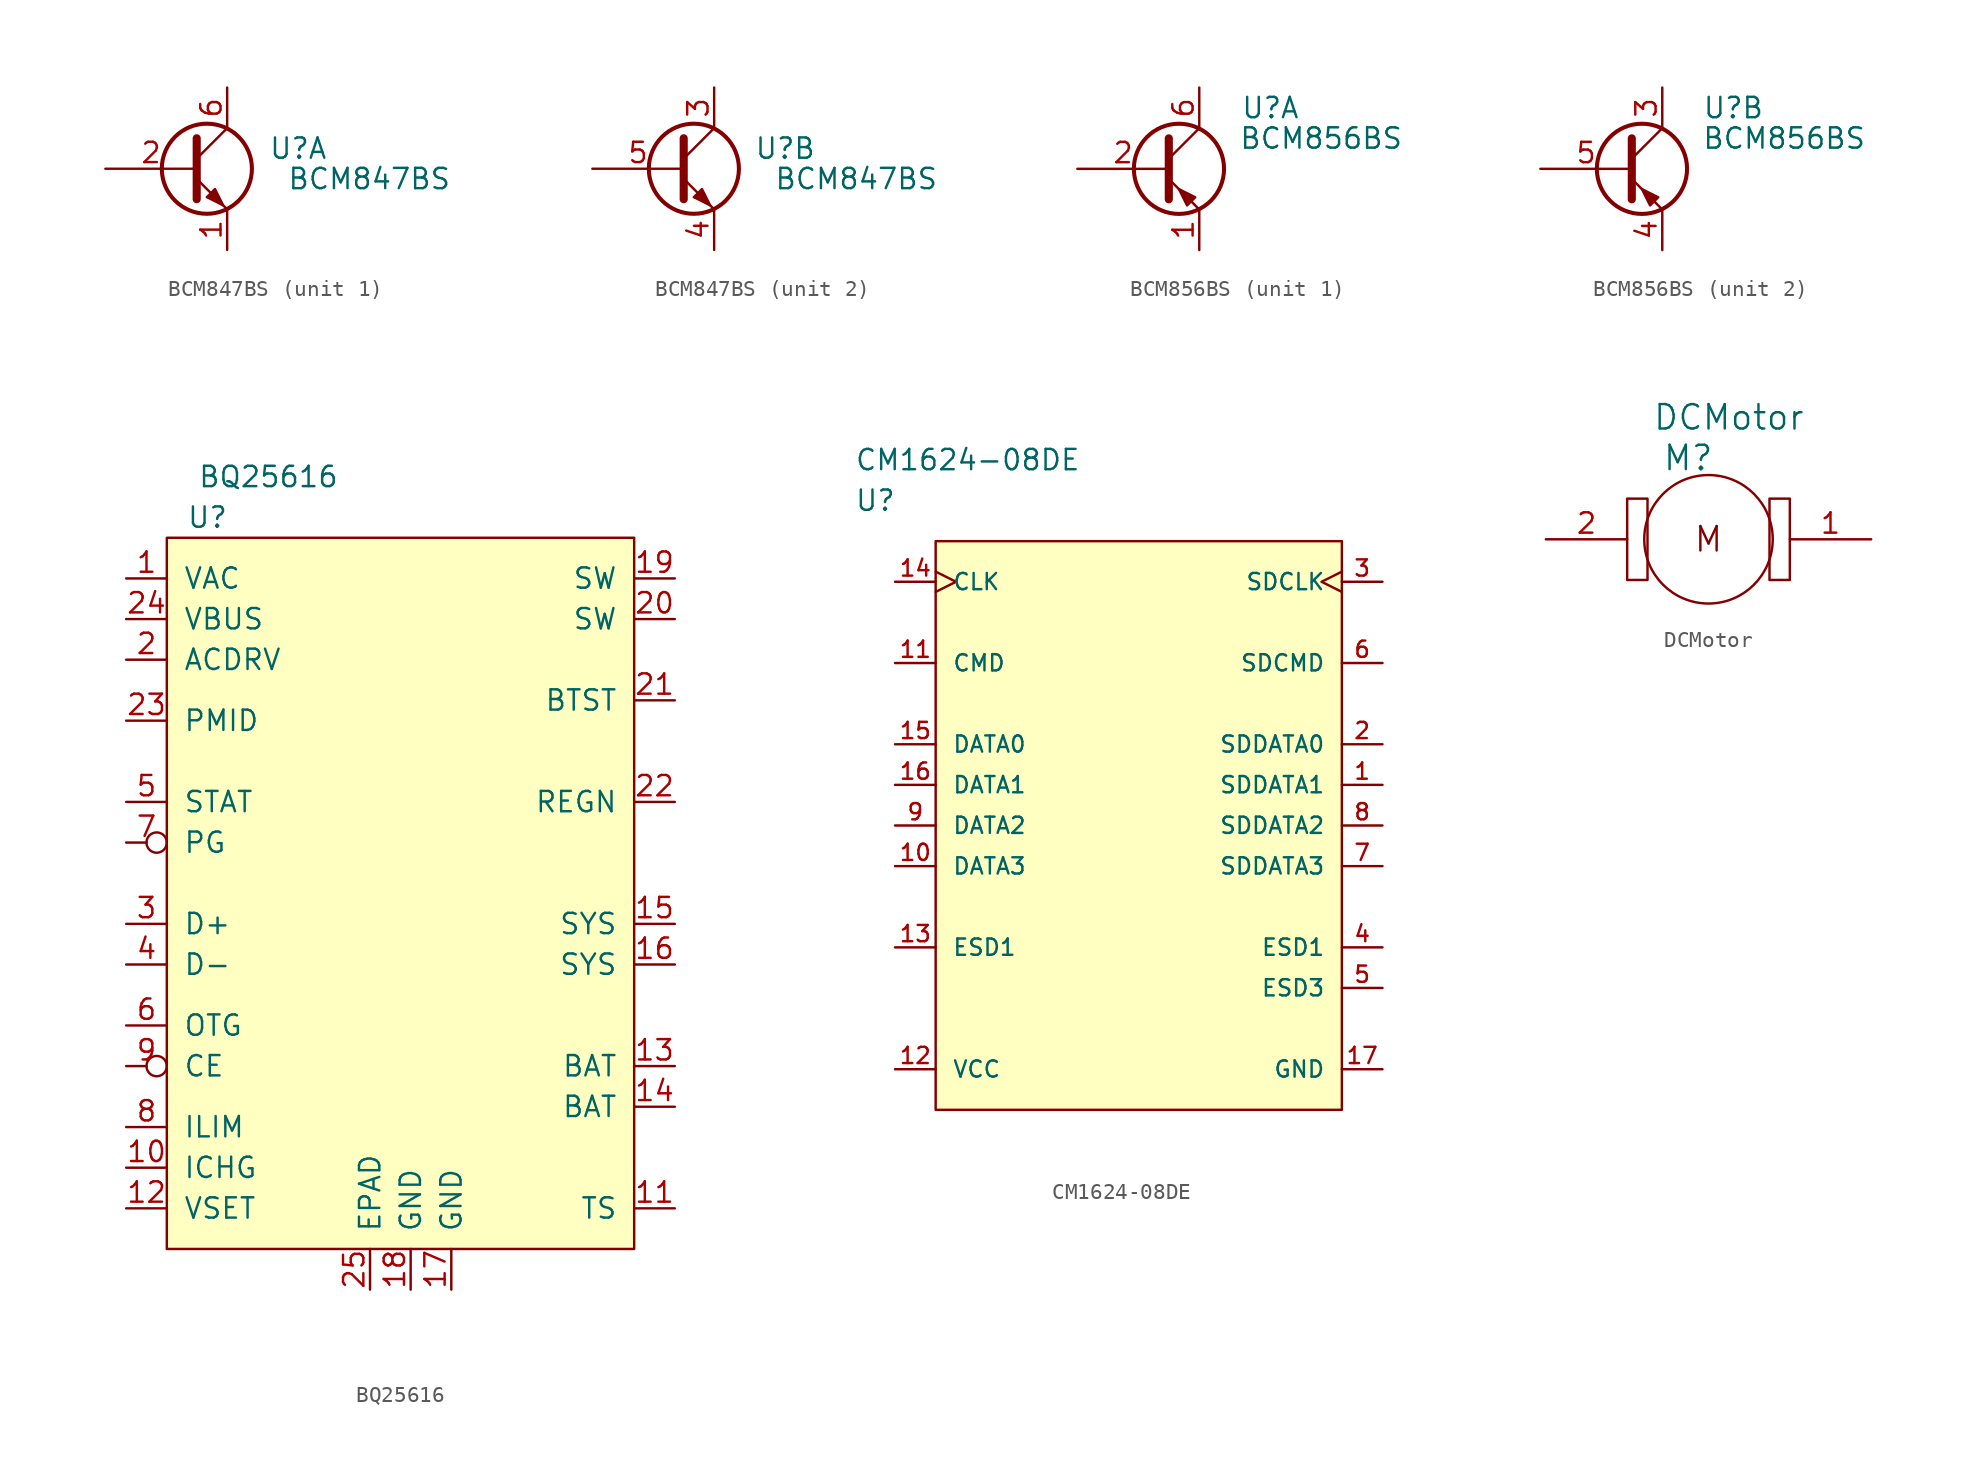
<source format=kicad_sym>
(kicad_symbol_lib
  (version 20211014)
  (generator kicad_symbol_editor)
  (symbol "BCM847BS"
    (pin_names
      (offset 1.016))
    (property "Reference" "U"
      (at 4.445 1.27 0)
      (effects (font (size 1.27 1.27))))
    (property "Value" "BCM847BS"
      (at 8.89 -0.635 0)
      (effects (font (size 1.27 1.27))))
    (symbol "BCM847BS_1_1"
      (circle (center -1.27 0) (radius 2.819) (stroke (width 0.254) (type default) (color 0 0 0 0)) (fill (type none)))
      (polyline (pts (xy -1.905 0.635) (xy 0 2.54)) (stroke (width 0) (type default) (color 0 0 0 0)) (fill (type none)))
      (polyline (pts (xy -1.905 -0.635) (xy 0 -2.54) (xy 0 -2.54)) (stroke (width 0) (type default) (color 0 0 0 0)) (fill (type none)))
      (polyline (pts (xy -1.905 1.905) (xy -1.905 -1.905) (xy -1.905 -1.905)) (stroke (width 0.508) (type default) (color 0 0 0 0)) (fill (type none)))
      (polyline (pts (xy -1.27 -1.778) (xy -0.762 -1.27) (xy -0.254 -2.286) (xy -1.27 -1.778) (xy -1.27 -1.778)) (stroke (width 0) (type default) (color 0 0 0 0)) (fill (type outline)))
      (pin passive line (at 0 -5.08 90) (length 2.54) (name "~" (effects (font (size 1.27 1.27)))) (number "1" (effects (font (size 1.27 1.27)))))
      (pin input line (at -7.62 0 0) (length 5.715) (name "~" (effects (font (size 1.27 1.27)))) (number "2" (effects (font (size 1.27 1.27)))))
      (pin passive line (at 0 5.08 270) (length 2.54) (name "~" (effects (font (size 1.27 1.27)))) (number "6" (effects (font (size 1.27 1.27))))))
    (symbol "BCM847BS_2_1"
      (circle (center -1.27 0) (radius 2.819) (stroke (width 0.254) (type default) (color 0 0 0 0)) (fill (type none)))
      (polyline (pts (xy -1.905 0.635) (xy 0 2.54)) (stroke (width 0) (type default) (color 0 0 0 0)) (fill (type none)))
      (polyline (pts (xy -1.905 -0.635) (xy 0 -2.54) (xy 0 -2.54)) (stroke (width 0) (type default) (color 0 0 0 0)) (fill (type none)))
      (polyline (pts (xy -1.905 1.905) (xy -1.905 -1.905) (xy -1.905 -1.905)) (stroke (width 0.508) (type default) (color 0 0 0 0)) (fill (type none)))
      (polyline (pts (xy -1.27 -1.778) (xy -0.762 -1.27) (xy -0.254 -2.286) (xy -1.27 -1.778) (xy -1.27 -1.778)) (stroke (width 0) (type default) (color 0 0 0 0)) (fill (type outline)))
      (pin passive line (at 0 5.08 270) (length 2.54) (name "~" (effects (font (size 1.27 1.27)))) (number "3" (effects (font (size 1.27 1.27)))))
      (pin passive line (at 0 -5.08 90) (length 2.54) (name "~" (effects (font (size 1.27 1.27)))) (number "4" (effects (font (size 1.27 1.27)))))
      (pin input line (at -7.62 0 0) (length 5.715) (name "~" (effects (font (size 1.27 1.27)))) (number "5" (effects (font (size 1.27 1.27)))))))
  (symbol "BCM856BS"
    (pin_names
      (offset 1.016))
    (property "Reference" "U"
      (at 4.445 3.81 0)
      (effects (font (size 1.27 1.27))))
    (property "Value" "BCM856BS"
      (at 7.62 1.905 0)
      (effects (font (size 1.27 1.27))))
    (symbol "BCM856BS_1_1"
      (circle (center -1.27 0) (radius 2.819) (stroke (width 0.254) (type default) (color 0 0 0 0)) (fill (type none)))
      (polyline (pts (xy -1.905 0.635) (xy 0 2.54)) (stroke (width 0) (type default) (color 0 0 0 0)) (fill (type none)))
      (polyline (pts (xy -1.905 -0.635) (xy 0 -2.54) (xy 0 -2.54)) (stroke (width 0) (type default) (color 0 0 0 0)) (fill (type none)))
      (polyline (pts (xy -1.905 1.905) (xy -1.905 -1.905) (xy -1.905 -1.905)) (stroke (width 0.508) (type default) (color 0 0 0 0)) (fill (type none)))
      (polyline (pts (xy -0.254 -1.778) (xy -0.762 -2.286) (xy -1.27 -1.27) (xy -0.254 -1.778) (xy -0.254 -1.778)) (stroke (width 0) (type default) (color 0 0 0 0)) (fill (type outline)))
      (pin passive line (at 0 -5.08 90) (length 2.54) (name "~" (effects (font (size 1.27 1.27)))) (number "1" (effects (font (size 1.27 1.27)))))
      (pin input line (at -7.62 0 0) (length 5.715) (name "~" (effects (font (size 1.27 1.27)))) (number "2" (effects (font (size 1.27 1.27)))))
      (pin passive line (at 0 5.08 270) (length 2.54) (name "~" (effects (font (size 1.27 1.27)))) (number "6" (effects (font (size 1.27 1.27))))))
    (symbol "BCM856BS_2_1"
      (circle (center -1.27 0) (radius 2.819) (stroke (width 0.254) (type default) (color 0 0 0 0)) (fill (type none)))
      (polyline (pts (xy -1.905 0.635) (xy 0 2.54)) (stroke (width 0) (type default) (color 0 0 0 0)) (fill (type none)))
      (polyline (pts (xy -1.905 -0.635) (xy 0 -2.54) (xy 0 -2.54)) (stroke (width 0) (type default) (color 0 0 0 0)) (fill (type none)))
      (polyline (pts (xy -1.905 1.905) (xy -1.905 -1.905) (xy -1.905 -1.905)) (stroke (width 0.508) (type default) (color 0 0 0 0)) (fill (type none)))
      (polyline (pts (xy -0.254 -1.778) (xy -0.762 -2.286) (xy -1.27 -1.27) (xy -0.254 -1.778) (xy -0.254 -1.778)) (stroke (width 0) (type default) (color 0 0 0 0)) (fill (type outline)))
      (pin passive line (at 0 5.08 270) (length 2.54) (name "~" (effects (font (size 1.27 1.27)))) (number "3" (effects (font (size 1.27 1.27)))))
      (pin passive line (at 0 -5.08 90) (length 2.54) (name "~" (effects (font (size 1.27 1.27)))) (number "4" (effects (font (size 1.27 1.27)))))
      (pin input line (at -7.62 0 0) (length 5.715) (name "~" (effects (font (size 1.27 1.27)))) (number "5" (effects (font (size 1.27 1.27)))))))
  (symbol "BQ25616"
    (pin_names
      (offset 1.016))
    (property "Reference" "U"
      (at -12.7 20.32 0)
      (effects (font (size 1.27 1.27))))
    (property "Value" "BQ25616"
      (at -8.89 22.86 0)
      (effects (font (size 1.27 1.27))))
    (symbol "BQ25616_0_1"
      (rectangle (start -15.24 19.05) (end 13.97 -25.4) (stroke (width 0) (type default) (color 0 0 0 0)) (fill (type background))))
    (symbol "BQ25616_1_1"
      (pin input line (at -17.78 16.51 0) (length 2.54) (name "VAC" (effects (font (size 1.27 1.27)))) (number "1" (effects (font (size 1.27 1.27)))))
      (pin input line (at -17.78 -20.32 0) (length 2.54) (name "ICHG" (effects (font (size 1.27 1.27)))) (number "10" (effects (font (size 1.27 1.27)))))
      (pin input line (at 16.51 -22.86 180) (length 2.54) (name "TS" (effects (font (size 1.27 1.27)))) (number "11" (effects (font (size 1.27 1.27)))))
      (pin input line (at -17.78 -22.86 0) (length 2.54) (name "VSET" (effects (font (size 1.27 1.27)))) (number "12" (effects (font (size 1.27 1.27)))))
      (pin input line (at 16.51 -13.97 180) (length 2.54) (name "BAT" (effects (font (size 1.27 1.27)))) (number "13" (effects (font (size 1.27 1.27)))))
      (pin input line (at 16.51 -16.51 180) (length 2.54) (name "BAT" (effects (font (size 1.27 1.27)))) (number "14" (effects (font (size 1.27 1.27)))))
      (pin input line (at 16.51 -5.08 180) (length 2.54) (name "SYS" (effects (font (size 1.27 1.27)))) (number "15" (effects (font (size 1.27 1.27)))))
      (pin input line (at 16.51 -7.62 180) (length 2.54) (name "SYS" (effects (font (size 1.27 1.27)))) (number "16" (effects (font (size 1.27 1.27)))))
      (pin input line (at 2.54 -27.94 90) (length 2.54) (name "GND" (effects (font (size 1.27 1.27)))) (number "17" (effects (font (size 1.27 1.27)))))
      (pin input line (at 0 -27.94 90) (length 2.54) (name "GND" (effects (font (size 1.27 1.27)))) (number "18" (effects (font (size 1.27 1.27)))))
      (pin input line (at 16.51 16.51 180) (length 2.54) (name "SW" (effects (font (size 1.27 1.27)))) (number "19" (effects (font (size 1.27 1.27)))))
      (pin input line (at -17.78 11.43 0) (length 2.54) (name "ACDRV" (effects (font (size 1.27 1.27)))) (number "2" (effects (font (size 1.27 1.27)))))
      (pin input line (at 16.51 13.97 180) (length 2.54) (name "SW" (effects (font (size 1.27 1.27)))) (number "20" (effects (font (size 1.27 1.27)))))
      (pin input line (at 16.51 8.89 180) (length 2.54) (name "BTST" (effects (font (size 1.27 1.27)))) (number "21" (effects (font (size 1.27 1.27)))))
      (pin input line (at 16.51 2.54 180) (length 2.54) (name "REGN" (effects (font (size 1.27 1.27)))) (number "22" (effects (font (size 1.27 1.27)))))
      (pin input line (at -17.78 7.62 0) (length 2.54) (name "PMID" (effects (font (size 1.27 1.27)))) (number "23" (effects (font (size 1.27 1.27)))))
      (pin input line (at -17.78 13.97 0) (length 2.54) (name "VBUS" (effects (font (size 1.27 1.27)))) (number "24" (effects (font (size 1.27 1.27)))))
      (pin input line (at -2.54 -27.94 90) (length 2.54) (name "EPAD" (effects (font (size 1.27 1.27)))) (number "25" (effects (font (size 1.27 1.27)))))
      (pin input line (at -17.78 -5.08 0) (length 2.54) (name "D+" (effects (font (size 1.27 1.27)))) (number "3" (effects (font (size 1.27 1.27)))))
      (pin input line (at -17.78 -7.62 0) (length 2.54) (name "D-" (effects (font (size 1.27 1.27)))) (number "4" (effects (font (size 1.27 1.27)))))
      (pin input line (at -17.78 2.54 0) (length 2.54) (name "STAT" (effects (font (size 1.27 1.27)))) (number "5" (effects (font (size 1.27 1.27)))))
      (pin input line (at -17.78 -11.43 0) (length 2.54) (name "OTG" (effects (font (size 1.27 1.27)))) (number "6" (effects (font (size 1.27 1.27)))))
      (pin input inverted (at -17.78 0 0) (length 2.54) (name "PG" (effects (font (size 1.27 1.27)))) (number "7" (effects (font (size 1.27 1.27)))))
      (pin input line (at -17.78 -17.78 0) (length 2.54) (name "ILIM" (effects (font (size 1.27 1.27)))) (number "8" (effects (font (size 1.27 1.27)))))
      (pin input inverted (at -17.78 -13.97 0) (length 2.54) (name "CE" (effects (font (size 1.27 1.27)))) (number "9" (effects (font (size 1.27 1.27)))))))
  (symbol "CM1624-08DE"
    (pin_names
      (offset 1.016))
    (property "Reference" "U"
      (at 0 5.08 0)
      (effects (font (size 1.27 1.27)) (justify left)))
    (property "Value" "CM1624-08DE"
      (at 0 7.62 0)
      (effects (font (size 1.27 1.27)) (justify left)))
    (symbol "CM1624-08DE_1_1"
      (rectangle (start 5.08 2.54) (end 30.48 -33.02) (stroke (width 0) (type default) (color 0 0 0 0)) (fill (type background)))
      (pin bidirectional line (at 33.02 -12.7 180) (length 2.54) (name "SDDATA1" (effects (font (size 1.016 1.016)))) (number "1" (effects (font (size 1.016 1.016)))))
      (pin bidirectional line (at 2.54 -17.78 0) (length 2.54) (name "DATA3" (effects (font (size 1.016 1.016)))) (number "10" (effects (font (size 1.016 1.016)))))
      (pin bidirectional line (at 2.54 -5.08 0) (length 2.54) (name "CMD" (effects (font (size 1.016 1.016)))) (number "11" (effects (font (size 1.016 1.016)))))
      (pin power_in line (at 2.54 -30.48 0) (length 2.54) (name "VCC" (effects (font (size 1.016 1.016)))) (number "12" (effects (font (size 1.016 1.016)))))
      (pin passive line (at 2.54 -22.86 0) (length 2.54) (name "ESD1" (effects (font (size 1.016 1.016)))) (number "13" (effects (font (size 1.016 1.016)))))
      (pin bidirectional clock (at 2.54 0 0) (length 2.54) (name "CLK" (effects (font (size 1.016 1.016)))) (number "14" (effects (font (size 1.016 1.016)))))
      (pin bidirectional line (at 2.54 -10.16 0) (length 2.54) (name "DATA0" (effects (font (size 1.016 1.016)))) (number "15" (effects (font (size 1.016 1.016)))))
      (pin bidirectional line (at 2.54 -12.7 0) (length 2.54) (name "DATA1" (effects (font (size 1.016 1.016)))) (number "16" (effects (font (size 1.016 1.016)))))
      (pin power_in line (at 33.02 -30.48 180) (length 2.54) (name "GND" (effects (font (size 1.016 1.016)))) (number "17" (effects (font (size 1.016 1.016)))))
      (pin bidirectional line (at 33.02 -10.16 180) (length 2.54) (name "SDDATA0" (effects (font (size 1.016 1.016)))) (number "2" (effects (font (size 1.016 1.016)))))
      (pin bidirectional clock (at 33.02 0 180) (length 2.54) (name "SDCLK" (effects (font (size 1.016 1.016)))) (number "3" (effects (font (size 1.016 1.016)))))
      (pin passive line (at 33.02 -22.86 180) (length 2.54) (name "ESD1" (effects (font (size 1.016 1.016)))) (number "4" (effects (font (size 1.016 1.016)))))
      (pin passive line (at 33.02 -25.4 180) (length 2.54) (name "ESD3" (effects (font (size 1.016 1.016)))) (number "5" (effects (font (size 1.016 1.016)))))
      (pin bidirectional line (at 33.02 -5.08 180) (length 2.54) (name "SDCMD" (effects (font (size 1.016 1.016)))) (number "6" (effects (font (size 1.016 1.016)))))
      (pin bidirectional line (at 33.02 -17.78 180) (length 2.54) (name "SDDATA3" (effects (font (size 1.016 1.016)))) (number "7" (effects (font (size 1.016 1.016)))))
      (pin bidirectional line (at 33.02 -15.24 180) (length 2.54) (name "SDDATA2" (effects (font (size 1.016 1.016)))) (number "8" (effects (font (size 1.016 1.016)))))
      (pin bidirectional line (at 2.54 -15.24 0) (length 2.54) (name "DATA2" (effects (font (size 1.016 1.016)))) (number "9" (effects (font (size 1.016 1.016)))))))
  (symbol "DCMotor"
    (pin_names
      (offset 1.016))
    (property "Reference" "M"
      (at -1.27 5.08 0)
      (effects (font (size 1.524 1.524))))
    (property "Value" "DCMotor"
      (at 1.27 7.62 0)
      (effects (font (size 1.524 1.524))))
    (symbol "DCMotor_0_0"
      (rectangle (start -5.08 2.54) (end -3.81 -2.54) (stroke (width 0) (type default) (color 0 0 0 0)) (fill (type none)))
      (rectangle (start 3.81 2.54) (end 5.08 -2.54) (stroke (width 0) (type default) (color 0 0 0 0)) (fill (type none)))
      (text "M" (at 0 0 0) (effects (font (size 1.524 1.524)))))
    (symbol "DCMotor_0_1"
      (circle (center 0 0) (radius 4.013) (stroke (width 0) (type default) (color 0 0 0 0)) (fill (type none))))
    (symbol "DCMotor_1_1"
      (pin input line (at 10.16 0 180) (length 5.08) (name "~" (effects (font (size 1.27 1.27)))) (number "1" (effects (font (size 1.27 1.27)))))
      (pin input line (at -10.16 0 0) (length 5.08) (name "~" (effects (font (size 1.27 1.27)))) (number "2" (effects (font (size 1.27 1.27))))))))
</source>
